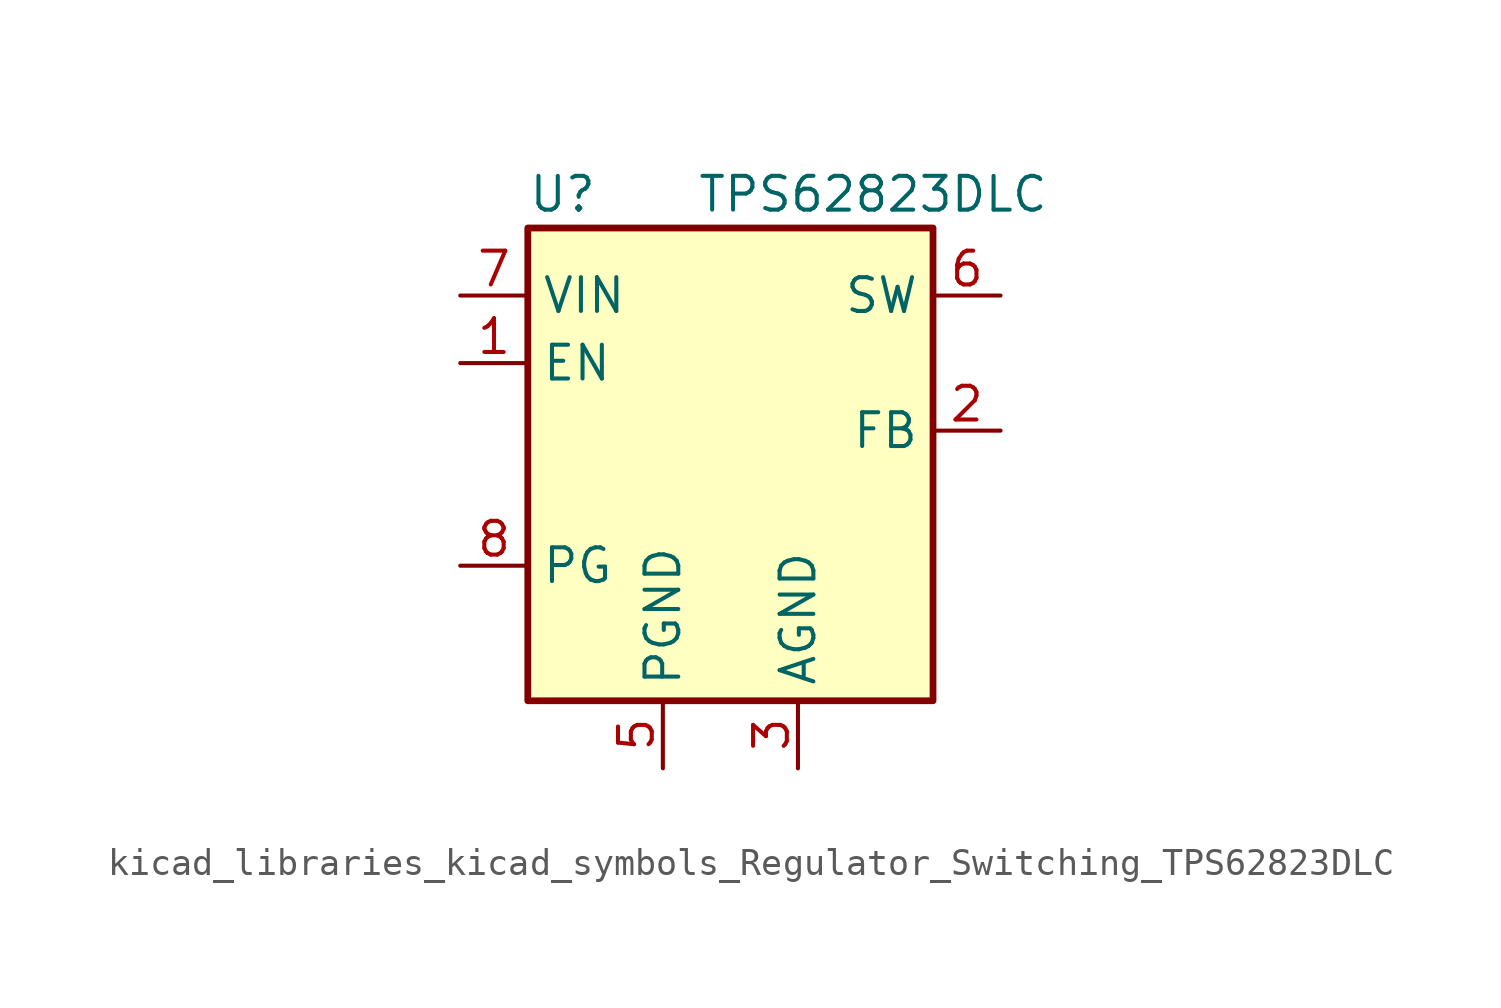
<source format=kicad_sym>
(kicad_symbol_lib
  (version 20220914)
  (generator kicad_symbol_editor)
  (symbol "kicad_libraries_kicad_symbols_Regulator_Switching_TPS62823DLC"
    (property "Reference" "U"
      (at -7.62 11.43 0)
      (effects (font (size 1.27 1.27)) (justify left)))
    (property "Value" "TPS62823DLC"
      (at -1.27 11.43 0)
      (effects (font (size 1.27 1.27)) (justify left)))
    (symbol "kicad_libraries_kicad_symbols_Regulator_Switching_TPS62823DLC_0_1"
      (rectangle (start -7.62 10.16) (end 7.62 -7.62) (stroke (width 0.254) (type default)) (fill (type background))))
    (symbol "kicad_libraries_kicad_symbols_Regulator_Switching_TPS62823DLC_1_1"
      (pin input line (at -10.16 5.08 0) (length 2.54) (name "EN" (effects (font (size 1.27 1.27)))) (number "1" (effects (font (size 1.27 1.27)))))
      (pin input line (at 10.16 2.54 180) (length 2.54) (name "FB" (effects (font (size 1.27 1.27)))) (number "2" (effects (font (size 1.27 1.27)))))
      (pin power_in line (at 2.54 -10.16 90) (length 2.54) (name "AGND" (effects (font (size 1.27 1.27)))) (number "3" (effects (font (size 1.27 1.27)))))
      (pin no_connect line (at 7.62 5.08 180) (length 2.54) hide (name "NC" (effects (font (size 1.27 1.27)))) (number "4" (effects (font (size 1.27 1.27)))))
      (pin power_in line (at -2.54 -10.16 90) (length 2.54) (name "PGND" (effects (font (size 1.27 1.27)))) (number "5" (effects (font (size 1.27 1.27)))))
      (pin power_out line (at 10.16 7.62 180) (length 2.54) (name "SW" (effects (font (size 1.27 1.27)))) (number "6" (effects (font (size 1.27 1.27)))))
      (pin power_in line (at -10.16 7.62 0) (length 2.54) (name "VIN" (effects (font (size 1.27 1.27)))) (number "7" (effects (font (size 1.27 1.27)))))
      (pin open_collector line (at -10.16 -2.54 0) (length 2.54) (name "PG" (effects (font (size 1.27 1.27)))) (number "8" (effects (font (size 1.27 1.27))))))))
</source>
